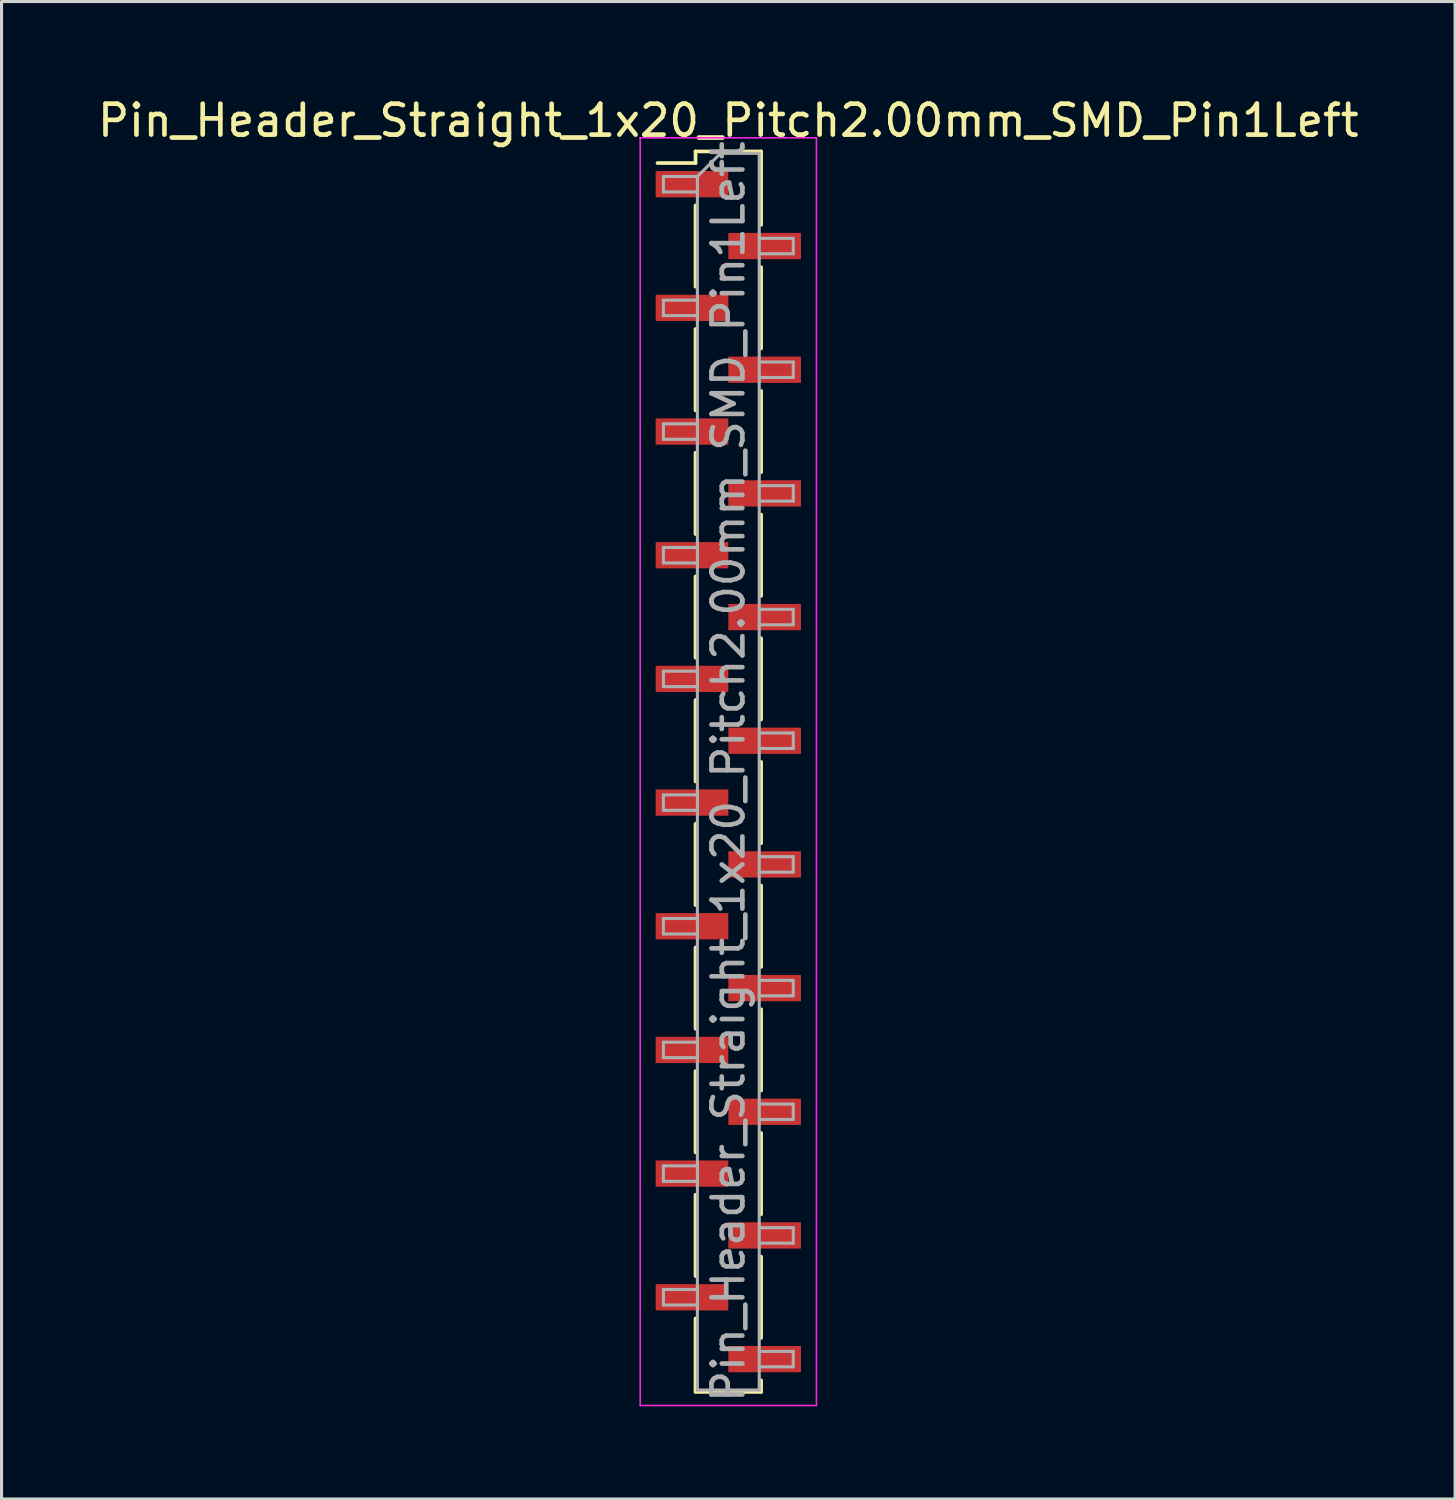
<source format=kicad_pcb>
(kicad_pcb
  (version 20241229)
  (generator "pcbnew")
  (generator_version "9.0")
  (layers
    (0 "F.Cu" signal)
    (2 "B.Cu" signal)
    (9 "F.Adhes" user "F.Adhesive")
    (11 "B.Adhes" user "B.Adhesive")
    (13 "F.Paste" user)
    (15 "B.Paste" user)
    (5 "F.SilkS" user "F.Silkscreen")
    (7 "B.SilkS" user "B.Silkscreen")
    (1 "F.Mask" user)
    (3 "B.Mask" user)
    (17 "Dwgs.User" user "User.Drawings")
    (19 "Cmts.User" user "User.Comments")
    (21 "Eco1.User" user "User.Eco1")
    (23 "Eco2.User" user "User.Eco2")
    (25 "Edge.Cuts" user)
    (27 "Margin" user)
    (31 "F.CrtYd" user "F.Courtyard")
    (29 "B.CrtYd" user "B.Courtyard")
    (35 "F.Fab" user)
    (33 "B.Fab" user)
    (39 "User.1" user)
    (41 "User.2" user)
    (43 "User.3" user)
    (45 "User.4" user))
  (footprint "Pin_Header_Straight_1x20_Pitch2.00mm_SMD_Pin1Left"
    (layer "F.Cu")
    (at 20.506 21.908)
    (property "Reference" "Pin_Header_Straight_1x20_Pitch2.00mm_SMD_Pin1Left" (at 0 -21.06 0) (layer "F.SilkS") (effects (font (size 1 1) (thickness 0.15))))
    (attr smd)
    (fp_line (start -1.06 -20.06) (end -1.06 -19.685) (stroke (width 0.12) (type solid)) (layer "F.SilkS"))
    (fp_line (start -1.06 -20.06) (end 1.06 -20.06) (stroke (width 0.12) (type solid)) (layer "F.SilkS"))
    (fp_line (start -1.06 -19.685) (end -2.29 -19.685) (stroke (width 0.12) (type solid)) (layer "F.SilkS"))
    (fp_line (start -1.06 -18.315) (end -1.06 -15.685) (stroke (width 0.12) (type solid)) (layer "F.SilkS"))
    (fp_line (start -1.06 -14.315) (end -1.06 -11.685) (stroke (width 0.12) (type solid)) (layer "F.SilkS"))
    (fp_line (start -1.06 -10.315) (end -1.06 -7.685) (stroke (width 0.12) (type solid)) (layer "F.SilkS"))
    (fp_line (start -1.06 -6.315) (end -1.06 -3.685) (stroke (width 0.12) (type solid)) (layer "F.SilkS"))
    (fp_line (start -1.06 -2.315) (end -1.06 0.315) (stroke (width 0.12) (type solid)) (layer "F.SilkS"))
    (fp_line (start -1.06 1.685) (end -1.06 4.315) (stroke (width 0.12) (type solid)) (layer "F.SilkS"))
    (fp_line (start -1.06 5.685) (end -1.06 8.315) (stroke (width 0.12) (type solid)) (layer "F.SilkS"))
    (fp_line (start -1.06 9.685) (end -1.06 12.315) (stroke (width 0.12) (type solid)) (layer "F.SilkS"))
    (fp_line (start -1.06 13.685) (end -1.06 16.315) (stroke (width 0.12) (type solid)) (layer "F.SilkS"))
    (fp_line (start -1.06 17.685) (end -1.06 20.06) (stroke (width 0.12) (type solid)) (layer "F.SilkS"))
    (fp_line (start -1.06 20.06) (end 1.06 20.06) (stroke (width 0.12) (type solid)) (layer "F.SilkS"))
    (fp_line (start 1.06 -20.06) (end 1.06 -17.685) (stroke (width 0.12) (type solid)) (layer "F.SilkS"))
    (fp_line (start 1.06 -16.315) (end 1.06 -13.685) (stroke (width 0.12) (type solid)) (layer "F.SilkS"))
    (fp_line (start 1.06 -12.315) (end 1.06 -9.685) (stroke (width 0.12) (type solid)) (layer "F.SilkS"))
    (fp_line (start 1.06 -8.315) (end 1.06 -5.685) (stroke (width 0.12) (type solid)) (layer "F.SilkS"))
    (fp_line (start 1.06 -4.315) (end 1.06 -1.685) (stroke (width 0.12) (type solid)) (layer "F.SilkS"))
    (fp_line (start 1.06 -0.315) (end 1.06 2.315) (stroke (width 0.12) (type solid)) (layer "F.SilkS"))
    (fp_line (start 1.06 3.685) (end 1.06 6.315) (stroke (width 0.12) (type solid)) (layer "F.SilkS"))
    (fp_line (start 1.06 7.685) (end 1.06 10.315) (stroke (width 0.12) (type solid)) (layer "F.SilkS"))
    (fp_line (start 1.06 11.685) (end 1.06 14.315) (stroke (width 0.12) (type solid)) (layer "F.SilkS"))
    (fp_line (start 1.06 15.685) (end 1.06 18.315) (stroke (width 0.12) (type solid)) (layer "F.SilkS"))
    (fp_line (start 1.06 19.685) (end 1.06 20.06) (stroke (width 0.12) (type solid)) (layer "F.SilkS"))
    (fp_line (start -2.85 -20.5) (end -2.85 20.5) (stroke (width 0.05) (type solid)) (layer "F.CrtYd"))
    (fp_line (start -2.85 20.5) (end 2.85 20.5) (stroke (width 0.05) (type solid)) (layer "F.CrtYd"))
    (fp_line (start 2.85 -20.5) (end -2.85 -20.5) (stroke (width 0.05) (type solid)) (layer "F.CrtYd"))
    (fp_line (start 2.85 20.5) (end 2.85 -20.5) (stroke (width 0.05) (type solid)) (layer "F.CrtYd"))
    (fp_line (start -2.1 -19.25) (end -2.1 -18.75) (stroke (width 0.1) (type solid)) (layer "F.Fab"))
    (fp_line (start -2.1 -18.75) (end -1 -18.75) (stroke (width 0.1) (type solid)) (layer "F.Fab"))
    (fp_line (start -2.1 -15.25) (end -2.1 -14.75) (stroke (width 0.1) (type solid)) (layer "F.Fab"))
    (fp_line (start -2.1 -14.75) (end -1 -14.75) (stroke (width 0.1) (type solid)) (layer "F.Fab"))
    (fp_line (start -2.1 -11.25) (end -2.1 -10.75) (stroke (width 0.1) (type solid)) (layer "F.Fab"))
    (fp_line (start -2.1 -10.75) (end -1 -10.75) (stroke (width 0.1) (type solid)) (layer "F.Fab"))
    (fp_line (start -2.1 -7.25) (end -2.1 -6.75) (stroke (width 0.1) (type solid)) (layer "F.Fab"))
    (fp_line (start -2.1 -6.75) (end -1 -6.75) (stroke (width 0.1) (type solid)) (layer "F.Fab"))
    (fp_line (start -2.1 -3.25) (end -2.1 -2.75) (stroke (width 0.1) (type solid)) (layer "F.Fab"))
    (fp_line (start -2.1 -2.75) (end -1 -2.75) (stroke (width 0.1) (type solid)) (layer "F.Fab"))
    (fp_line (start -2.1 0.75) (end -2.1 1.25) (stroke (width 0.1) (type solid)) (layer "F.Fab"))
    (fp_line (start -2.1 1.25) (end -1 1.25) (stroke (width 0.1) (type solid)) (layer "F.Fab"))
    (fp_line (start -2.1 4.75) (end -2.1 5.25) (stroke (width 0.1) (type solid)) (layer "F.Fab"))
    (fp_line (start -2.1 5.25) (end -1 5.25) (stroke (width 0.1) (type solid)) (layer "F.Fab"))
    (fp_line (start -2.1 8.75) (end -2.1 9.25) (stroke (width 0.1) (type solid)) (layer "F.Fab"))
    (fp_line (start -2.1 9.25) (end -1 9.25) (stroke (width 0.1) (type solid)) (layer "F.Fab"))
    (fp_line (start -2.1 12.75) (end -2.1 13.25) (stroke (width 0.1) (type solid)) (layer "F.Fab"))
    (fp_line (start -2.1 13.25) (end -1 13.25) (stroke (width 0.1) (type solid)) (layer "F.Fab"))
    (fp_line (start -2.1 16.75) (end -2.1 17.25) (stroke (width 0.1) (type solid)) (layer "F.Fab"))
    (fp_line (start -2.1 17.25) (end -1 17.25) (stroke (width 0.1) (type solid)) (layer "F.Fab"))
    (fp_line (start -1 -19.25) (end -2.1 -19.25) (stroke (width 0.1) (type solid)) (layer "F.Fab"))
    (fp_line (start -1 -19.25) (end -0.25 -20) (stroke (width 0.1) (type solid)) (layer "F.Fab"))
    (fp_line (start -1 -15.25) (end -2.1 -15.25) (stroke (width 0.1) (type solid)) (layer "F.Fab"))
    (fp_line (start -1 -11.25) (end -2.1 -11.25) (stroke (width 0.1) (type solid)) (layer "F.Fab"))
    (fp_line (start -1 -7.25) (end -2.1 -7.25) (stroke (width 0.1) (type solid)) (layer "F.Fab"))
    (fp_line (start -1 -3.25) (end -2.1 -3.25) (stroke (width 0.1) (type solid)) (layer "F.Fab"))
    (fp_line (start -1 0.75) (end -2.1 0.75) (stroke (width 0.1) (type solid)) (layer "F.Fab"))
    (fp_line (start -1 4.75) (end -2.1 4.75) (stroke (width 0.1) (type solid)) (layer "F.Fab"))
    (fp_line (start -1 8.75) (end -2.1 8.75) (stroke (width 0.1) (type solid)) (layer "F.Fab"))
    (fp_line (start -1 12.75) (end -2.1 12.75) (stroke (width 0.1) (type solid)) (layer "F.Fab"))
    (fp_line (start -1 16.75) (end -2.1 16.75) (stroke (width 0.1) (type solid)) (layer "F.Fab"))
    (fp_line (start -1 20) (end -1 -19.25) (stroke (width 0.1) (type solid)) (layer "F.Fab"))
    (fp_line (start -0.25 -20) (end 1 -20) (stroke (width 0.1) (type solid)) (layer "F.Fab"))
    (fp_line (start 1 -20) (end 1 20) (stroke (width 0.1) (type solid)) (layer "F.Fab"))
    (fp_line (start 1 -17.25) (end 2.1 -17.25) (stroke (width 0.1) (type solid)) (layer "F.Fab"))
    (fp_line (start 1 -13.25) (end 2.1 -13.25) (stroke (width 0.1) (type solid)) (layer "F.Fab"))
    (fp_line (start 1 -9.25) (end 2.1 -9.25) (stroke (width 0.1) (type solid)) (layer "F.Fab"))
    (fp_line (start 1 -5.25) (end 2.1 -5.25) (stroke (width 0.1) (type solid)) (layer "F.Fab"))
    (fp_line (start 1 -1.25) (end 2.1 -1.25) (stroke (width 0.1) (type solid)) (layer "F.Fab"))
    (fp_line (start 1 2.75) (end 2.1 2.75) (stroke (width 0.1) (type solid)) (layer "F.Fab"))
    (fp_line (start 1 6.75) (end 2.1 6.75) (stroke (width 0.1) (type solid)) (layer "F.Fab"))
    (fp_line (start 1 10.75) (end 2.1 10.75) (stroke (width 0.1) (type solid)) (layer "F.Fab"))
    (fp_line (start 1 14.75) (end 2.1 14.75) (stroke (width 0.1) (type solid)) (layer "F.Fab"))
    (fp_line (start 1 18.75) (end 2.1 18.75) (stroke (width 0.1) (type solid)) (layer "F.Fab"))
    (fp_line (start 1 20) (end -1 20) (stroke (width 0.1) (type solid)) (layer "F.Fab"))
    (fp_line (start 2.1 -17.25) (end 2.1 -16.75) (stroke (width 0.1) (type solid)) (layer "F.Fab"))
    (fp_line (start 2.1 -16.75) (end 1 -16.75) (stroke (width 0.1) (type solid)) (layer "F.Fab"))
    (fp_line (start 2.1 -13.25) (end 2.1 -12.75) (stroke (width 0.1) (type solid)) (layer "F.Fab"))
    (fp_line (start 2.1 -12.75) (end 1 -12.75) (stroke (width 0.1) (type solid)) (layer "F.Fab"))
    (fp_line (start 2.1 -9.25) (end 2.1 -8.75) (stroke (width 0.1) (type solid)) (layer "F.Fab"))
    (fp_line (start 2.1 -8.75) (end 1 -8.75) (stroke (width 0.1) (type solid)) (layer "F.Fab"))
    (fp_line (start 2.1 -5.25) (end 2.1 -4.75) (stroke (width 0.1) (type solid)) (layer "F.Fab"))
    (fp_line (start 2.1 -4.75) (end 1 -4.75) (stroke (width 0.1) (type solid)) (layer "F.Fab"))
    (fp_line (start 2.1 -1.25) (end 2.1 -0.75) (stroke (width 0.1) (type solid)) (layer "F.Fab"))
    (fp_line (start 2.1 -0.75) (end 1 -0.75) (stroke (width 0.1) (type solid)) (layer "F.Fab"))
    (fp_line (start 2.1 2.75) (end 2.1 3.25) (stroke (width 0.1) (type solid)) (layer "F.Fab"))
    (fp_line (start 2.1 3.25) (end 1 3.25) (stroke (width 0.1) (type solid)) (layer "F.Fab"))
    (fp_line (start 2.1 6.75) (end 2.1 7.25) (stroke (width 0.1) (type solid)) (layer "F.Fab"))
    (fp_line (start 2.1 7.25) (end 1 7.25) (stroke (width 0.1) (type solid)) (layer "F.Fab"))
    (fp_line (start 2.1 10.75) (end 2.1 11.25) (stroke (width 0.1) (type solid)) (layer "F.Fab"))
    (fp_line (start 2.1 11.25) (end 1 11.25) (stroke (width 0.1) (type solid)) (layer "F.Fab"))
    (fp_line (start 2.1 14.75) (end 2.1 15.25) (stroke (width 0.1) (type solid)) (layer "F.Fab"))
    (fp_line (start 2.1 15.25) (end 1 15.25) (stroke (width 0.1) (type solid)) (layer "F.Fab"))
    (fp_line (start 2.1 18.75) (end 2.1 19.25) (stroke (width 0.1) (type solid)) (layer "F.Fab"))
    (fp_line (start 2.1 19.25) (end 1 19.25) (stroke (width 0.1) (type solid)) (layer "F.Fab"))
    (fp_text user "${REFERENCE}" (at 0 0 90) (layer "F.Fab") (effects (font (size 1 1) (thickness 0.15))))
    (pad "1" smd rect (at -1.175 -19) (size 2.35 0.85) (layers "F.Cu" "F.Mask" "F.Paste"))
    (pad "2" smd rect (at 1.175 -17) (size 2.35 0.85) (layers "F.Cu" "F.Mask" "F.Paste"))
    (pad "3" smd rect (at -1.175 -15) (size 2.35 0.85) (layers "F.Cu" "F.Mask" "F.Paste"))
    (pad "4" smd rect (at 1.175 -13) (size 2.35 0.85) (layers "F.Cu" "F.Mask" "F.Paste"))
    (pad "5" smd rect (at -1.175 -11) (size 2.35 0.85) (layers "F.Cu" "F.Mask" "F.Paste"))
    (pad "6" smd rect (at 1.175 -9) (size 2.35 0.85) (layers "F.Cu" "F.Mask" "F.Paste"))
    (pad "7" smd rect (at -1.175 -7) (size 2.35 0.85) (layers "F.Cu" "F.Mask" "F.Paste"))
    (pad "8" smd rect (at 1.175 -5) (size 2.35 0.85) (layers "F.Cu" "F.Mask" "F.Paste"))
    (pad "9" smd rect (at -1.175 -3) (size 2.35 0.85) (layers "F.Cu" "F.Mask" "F.Paste"))
    (pad "10" smd rect (at 1.175 -1) (size 2.35 0.85) (layers "F.Cu" "F.Mask" "F.Paste"))
    (pad "11" smd rect (at -1.175 1) (size 2.35 0.85) (layers "F.Cu" "F.Mask" "F.Paste"))
    (pad "12" smd rect (at 1.175 3) (size 2.35 0.85) (layers "F.Cu" "F.Mask" "F.Paste"))
    (pad "13" smd rect (at -1.175 5) (size 2.35 0.85) (layers "F.Cu" "F.Mask" "F.Paste"))
    (pad "14" smd rect (at 1.175 7) (size 2.35 0.85) (layers "F.Cu" "F.Mask" "F.Paste"))
    (pad "15" smd rect (at -1.175 9) (size 2.35 0.85) (layers "F.Cu" "F.Mask" "F.Paste"))
    (pad "16" smd rect (at 1.175 11) (size 2.35 0.85) (layers "F.Cu" "F.Mask" "F.Paste"))
    (pad "17" smd rect (at -1.175 13) (size 2.35 0.85) (layers "F.Cu" "F.Mask" "F.Paste"))
    (pad "18" smd rect (at 1.175 15) (size 2.35 0.85) (layers "F.Cu" "F.Mask" "F.Paste"))
    (pad "19" smd rect (at -1.175 17) (size 2.35 0.85) (layers "F.Cu" "F.Mask" "F.Paste"))
    (pad "20" smd rect (at 1.175 19) (size 2.35 0.85) (layers "F.Cu" "F.Mask" "F.Paste")))
  (gr_rect
    (start -3 -3)
    (end 44.012 45.433)
    (stroke (width 0.1) (type default))
    (fill no)
    (layer "Edge.Cuts")))
</source>
